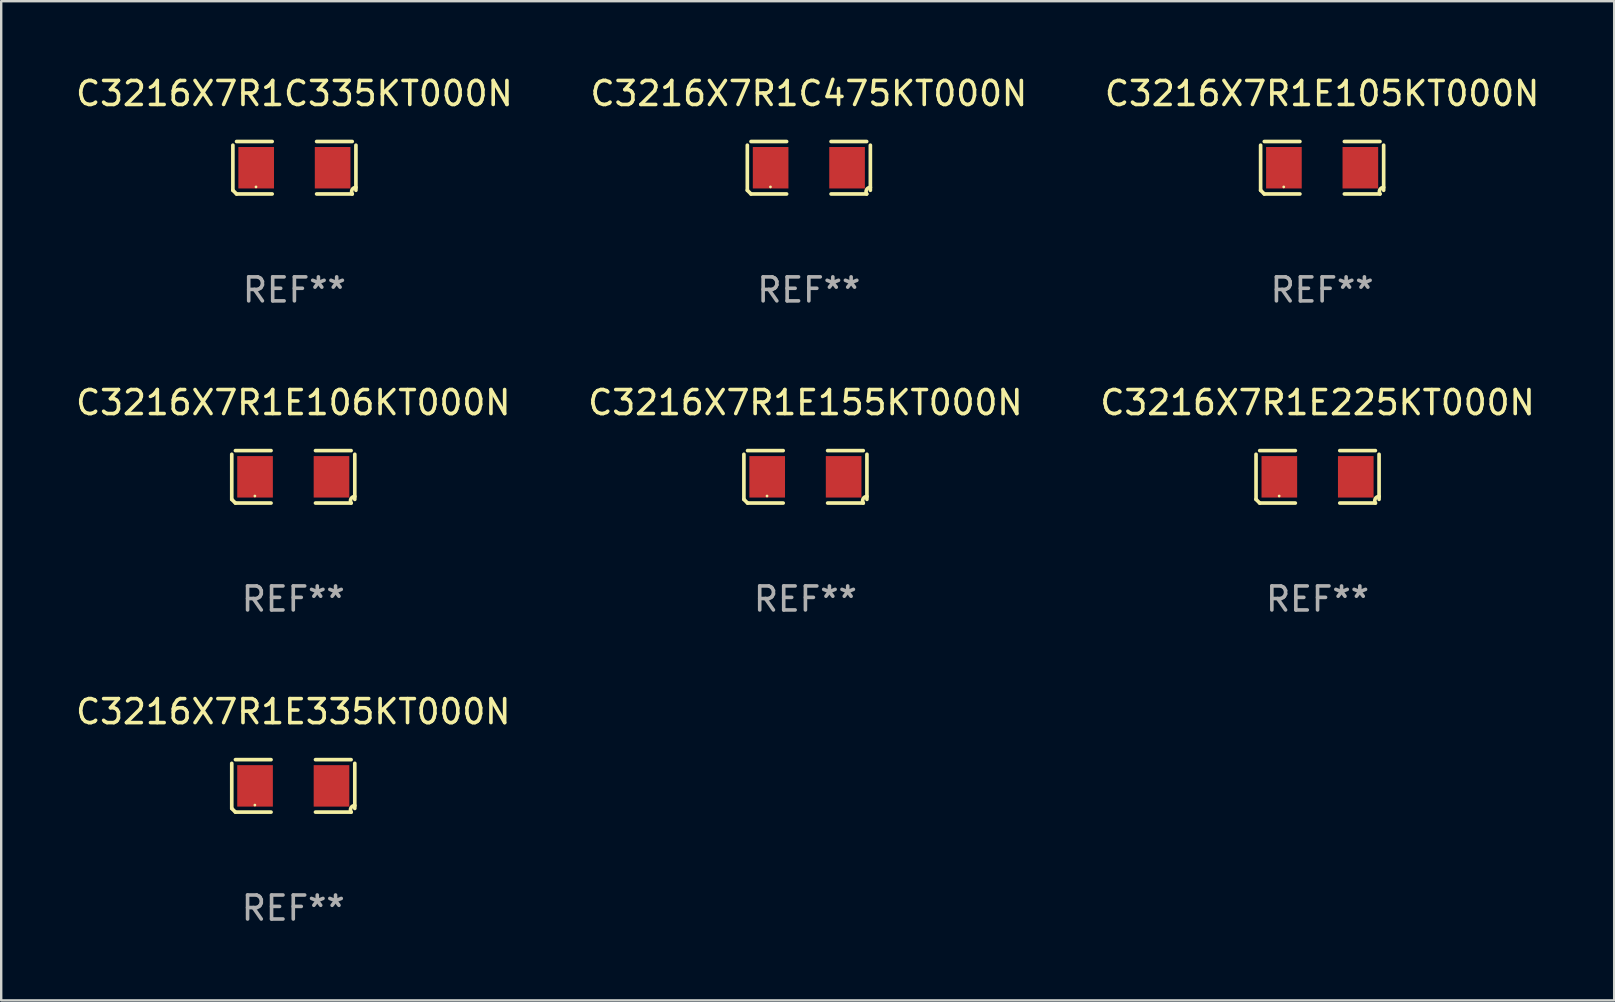
<source format=kicad_pcb>
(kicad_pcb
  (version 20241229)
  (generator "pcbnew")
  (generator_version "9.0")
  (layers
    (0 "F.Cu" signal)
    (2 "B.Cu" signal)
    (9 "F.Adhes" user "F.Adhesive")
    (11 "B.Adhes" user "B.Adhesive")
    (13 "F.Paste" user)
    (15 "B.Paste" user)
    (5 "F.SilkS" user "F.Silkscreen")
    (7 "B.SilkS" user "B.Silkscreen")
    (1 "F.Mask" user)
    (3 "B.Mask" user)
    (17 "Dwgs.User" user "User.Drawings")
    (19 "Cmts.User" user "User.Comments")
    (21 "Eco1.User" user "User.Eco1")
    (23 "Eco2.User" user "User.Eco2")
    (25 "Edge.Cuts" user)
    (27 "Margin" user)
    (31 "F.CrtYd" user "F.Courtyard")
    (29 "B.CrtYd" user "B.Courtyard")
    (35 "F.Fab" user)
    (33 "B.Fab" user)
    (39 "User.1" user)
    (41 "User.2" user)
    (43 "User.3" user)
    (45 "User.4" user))
  (footprint "C3216X7R1C475KT000N"
    (layer "F.Cu")
    (at 30.661 3.941)
    (property "Reference" "C3216X7R1C475KT000N" (at 0 -3.093 0) (layer "F.SilkS") (effects (font (size 1 1) (thickness 0.15))))
    (attr through_hole)
    (fp_line (start -2.564 0.94) (end -2.564 -0.94) (stroke (width 0.152) (type solid)) (layer "F.SilkS"))
    (fp_line (start -2.411 -1.093) (end -0.926 -1.093) (stroke (width 0.152) (type solid)) (layer "F.SilkS"))
    (fp_line (start -0.926 1.093) (end -2.411 1.093) (stroke (width 0.152) (type solid)) (layer "F.SilkS"))
    (fp_line (start 0.926 1.093) (end 2.411 1.093) (stroke (width 0.152) (type solid)) (layer "F.SilkS"))
    (fp_line (start 2.411 -1.093) (end 0.926 -1.093) (stroke (width 0.152) (type solid)) (layer "F.SilkS"))
    (fp_line (start 2.564 0.94) (end 2.564 -0.94) (stroke (width 0.152) (type solid)) (layer "F.SilkS"))
    (fp_arc (start -2.411201 1.092609) (mid -2.487413 1.01642) (end -2.563602 0.940208) (stroke (width 0.1524) (type solid)) (layer "F.SilkS"))
    (fp_arc (start 2.411201 1.092609) (mid 2.407159 0.911226) (end 2.563602 0.819347) (stroke (width 0.1524) (type solid)) (layer "F.SilkS"))
    (fp_circle (center -1.6 0.8) (end -1.57 0.8) (stroke (width 0.06) (type solid)) (fill no) (layer "F.SilkS"))
    (fp_text user "REF**" (at 0 5.093 0) (layer "F.Fab") (effects (font (size 1 1) (thickness 0.15))))
    (pad "1" smd rect (at -1.593 0) (size 1.485 1.728) (layers "F.Cu" "F.Mask" "F.Paste"))
    (pad "2" smd rect (at 1.593 0) (size 1.485 1.728) (layers "F.Cu" "F.Mask" "F.Paste")))
  (footprint "C3216X7R1C335KT000N"
    (layer "F.Cu")
    (at 9.22 3.941)
    (property "Reference" "C3216X7R1C335KT000N" (at 0 -3.093 0) (layer "F.SilkS") (effects (font (size 1 1) (thickness 0.15))))
    (attr through_hole)
    (fp_line (start -2.564 0.94) (end -2.564 -0.94) (stroke (width 0.152) (type solid)) (layer "F.SilkS"))
    (fp_line (start -2.411 -1.093) (end -0.926 -1.093) (stroke (width 0.152) (type solid)) (layer "F.SilkS"))
    (fp_line (start -0.926 1.093) (end -2.411 1.093) (stroke (width 0.152) (type solid)) (layer "F.SilkS"))
    (fp_line (start 0.926 1.093) (end 2.411 1.093) (stroke (width 0.152) (type solid)) (layer "F.SilkS"))
    (fp_line (start 2.411 -1.093) (end 0.926 -1.093) (stroke (width 0.152) (type solid)) (layer "F.SilkS"))
    (fp_line (start 2.564 0.94) (end 2.564 -0.94) (stroke (width 0.152) (type solid)) (layer "F.SilkS"))
    (fp_arc (start -2.411201 1.092609) (mid -2.487413 1.01642) (end -2.563602 0.940208) (stroke (width 0.1524) (type solid)) (layer "F.SilkS"))
    (fp_arc (start 2.411201 1.092609) (mid 2.407159 0.911226) (end 2.563602 0.819347) (stroke (width 0.1524) (type solid)) (layer "F.SilkS"))
    (fp_circle (center -1.6 0.8) (end -1.57 0.8) (stroke (width 0.06) (type solid)) (fill no) (layer "F.SilkS"))
    (fp_text user "REF**" (at 0 5.093 0) (layer "F.Fab") (effects (font (size 1 1) (thickness 0.15))))
    (pad "1" smd rect (at -1.593 0) (size 1.485 1.728) (layers "F.Cu" "F.Mask" "F.Paste"))
    (pad "2" smd rect (at 1.593 0) (size 1.485 1.728) (layers "F.Cu" "F.Mask" "F.Paste")))
  (footprint "C3216X7R1E225KT000N"
    (layer "F.Cu")
    (at 51.863 16.823)
    (property "Reference" "C3216X7R1E225KT000N" (at 0 -3.093 0) (layer "F.SilkS") (effects (font (size 1 1) (thickness 0.15))))
    (attr through_hole)
    (fp_line (start -2.564 0.94) (end -2.564 -0.94) (stroke (width 0.152) (type solid)) (layer "F.SilkS"))
    (fp_line (start -2.411 -1.093) (end -0.926 -1.093) (stroke (width 0.152) (type solid)) (layer "F.SilkS"))
    (fp_line (start -0.926 1.093) (end -2.411 1.093) (stroke (width 0.152) (type solid)) (layer "F.SilkS"))
    (fp_line (start 0.926 1.093) (end 2.411 1.093) (stroke (width 0.152) (type solid)) (layer "F.SilkS"))
    (fp_line (start 2.411 -1.093) (end 0.926 -1.093) (stroke (width 0.152) (type solid)) (layer "F.SilkS"))
    (fp_line (start 2.564 0.94) (end 2.564 -0.94) (stroke (width 0.152) (type solid)) (layer "F.SilkS"))
    (fp_arc (start -2.411201 1.092609) (mid -2.487413 1.01642) (end -2.563602 0.940208) (stroke (width 0.1524) (type solid)) (layer "F.SilkS"))
    (fp_arc (start 2.411201 1.092609) (mid 2.407159 0.911226) (end 2.563602 0.819347) (stroke (width 0.1524) (type solid)) (layer "F.SilkS"))
    (fp_circle (center -1.6 0.8) (end -1.57 0.8) (stroke (width 0.06) (type solid)) (fill no) (layer "F.SilkS"))
    (fp_text user "REF**" (at 0 5.093 0) (layer "F.Fab") (effects (font (size 1 1) (thickness 0.15))))
    (pad "1" smd rect (at -1.593 0) (size 1.485 1.728) (layers "F.Cu" "F.Mask" "F.Paste"))
    (pad "2" smd rect (at 1.593 0) (size 1.485 1.728) (layers "F.Cu" "F.Mask" "F.Paste")))
  (footprint "C3216X7R1E106KT000N"
    (layer "F.Cu")
    (at 9.173 16.823)
    (property "Reference" "C3216X7R1E106KT000N" (at 0 -3.093 0) (layer "F.SilkS") (effects (font (size 1 1) (thickness 0.15))))
    (attr through_hole)
    (fp_line (start -2.564 0.94) (end -2.564 -0.94) (stroke (width 0.152) (type solid)) (layer "F.SilkS"))
    (fp_line (start -2.411 -1.093) (end -0.926 -1.093) (stroke (width 0.152) (type solid)) (layer "F.SilkS"))
    (fp_line (start -0.926 1.093) (end -2.411 1.093) (stroke (width 0.152) (type solid)) (layer "F.SilkS"))
    (fp_line (start 0.926 1.093) (end 2.411 1.093) (stroke (width 0.152) (type solid)) (layer "F.SilkS"))
    (fp_line (start 2.411 -1.093) (end 0.926 -1.093) (stroke (width 0.152) (type solid)) (layer "F.SilkS"))
    (fp_line (start 2.564 0.94) (end 2.564 -0.94) (stroke (width 0.152) (type solid)) (layer "F.SilkS"))
    (fp_arc (start -2.411201 1.092609) (mid -2.487413 1.01642) (end -2.563602 0.940208) (stroke (width 0.1524) (type solid)) (layer "F.SilkS"))
    (fp_arc (start 2.411201 1.092609) (mid 2.407159 0.911226) (end 2.563602 0.819347) (stroke (width 0.1524) (type solid)) (layer "F.SilkS"))
    (fp_circle (center -1.6 0.8) (end -1.57 0.8) (stroke (width 0.06) (type solid)) (fill no) (layer "F.SilkS"))
    (fp_text user "REF**" (at 0 5.093 0) (layer "F.Fab") (effects (font (size 1 1) (thickness 0.15))))
    (pad "1" smd rect (at -1.593 0) (size 1.485 1.728) (layers "F.Cu" "F.Mask" "F.Paste"))
    (pad "2" smd rect (at 1.593 0) (size 1.485 1.728) (layers "F.Cu" "F.Mask" "F.Paste")))
  (footprint "C3216X7R1E105KT000N"
    (layer "F.Cu")
    (at 52.054 3.941)
    (property "Reference" "C3216X7R1E105KT000N" (at 0 -3.093 0) (layer "F.SilkS") (effects (font (size 1 1) (thickness 0.15))))
    (attr through_hole)
    (fp_line (start -2.564 0.94) (end -2.564 -0.94) (stroke (width 0.152) (type solid)) (layer "F.SilkS"))
    (fp_line (start -2.411 -1.093) (end -0.926 -1.093) (stroke (width 0.152) (type solid)) (layer "F.SilkS"))
    (fp_line (start -0.926 1.093) (end -2.411 1.093) (stroke (width 0.152) (type solid)) (layer "F.SilkS"))
    (fp_line (start 0.926 1.093) (end 2.411 1.093) (stroke (width 0.152) (type solid)) (layer "F.SilkS"))
    (fp_line (start 2.411 -1.093) (end 0.926 -1.093) (stroke (width 0.152) (type solid)) (layer "F.SilkS"))
    (fp_line (start 2.564 0.94) (end 2.564 -0.94) (stroke (width 0.152) (type solid)) (layer "F.SilkS"))
    (fp_arc (start -2.411201 1.092609) (mid -2.487413 1.01642) (end -2.563602 0.940208) (stroke (width 0.1524) (type solid)) (layer "F.SilkS"))
    (fp_arc (start 2.411201 1.092609) (mid 2.407159 0.911226) (end 2.563602 0.819347) (stroke (width 0.1524) (type solid)) (layer "F.SilkS"))
    (fp_circle (center -1.6 0.8) (end -1.57 0.8) (stroke (width 0.06) (type solid)) (fill no) (layer "F.SilkS"))
    (fp_text user "REF**" (at 0 5.093 0) (layer "F.Fab") (effects (font (size 1 1) (thickness 0.15))))
    (pad "1" smd rect (at -1.593 0) (size 1.485 1.728) (layers "F.Cu" "F.Mask" "F.Paste"))
    (pad "2" smd rect (at 1.593 0) (size 1.485 1.728) (layers "F.Cu" "F.Mask" "F.Paste")))
  (footprint "C3216X7R1E335KT000N"
    (layer "F.Cu")
    (at 9.173 29.704)
    (property "Reference" "C3216X7R1E335KT000N" (at 0 -3.093 0) (layer "F.SilkS") (effects (font (size 1 1) (thickness 0.15))))
    (attr through_hole)
    (fp_line (start -2.564 0.94) (end -2.564 -0.94) (stroke (width 0.152) (type solid)) (layer "F.SilkS"))
    (fp_line (start -2.411 -1.093) (end -0.926 -1.093) (stroke (width 0.152) (type solid)) (layer "F.SilkS"))
    (fp_line (start -0.926 1.093) (end -2.411 1.093) (stroke (width 0.152) (type solid)) (layer "F.SilkS"))
    (fp_line (start 0.926 1.093) (end 2.411 1.093) (stroke (width 0.152) (type solid)) (layer "F.SilkS"))
    (fp_line (start 2.411 -1.093) (end 0.926 -1.093) (stroke (width 0.152) (type solid)) (layer "F.SilkS"))
    (fp_line (start 2.564 0.94) (end 2.564 -0.94) (stroke (width 0.152) (type solid)) (layer "F.SilkS"))
    (fp_arc (start -2.411201 1.092609) (mid -2.487413 1.01642) (end -2.563602 0.940208) (stroke (width 0.1524) (type solid)) (layer "F.SilkS"))
    (fp_arc (start 2.411201 1.092609) (mid 2.407159 0.911226) (end 2.563602 0.819347) (stroke (width 0.1524) (type solid)) (layer "F.SilkS"))
    (fp_circle (center -1.6 0.8) (end -1.57 0.8) (stroke (width 0.06) (type solid)) (fill no) (layer "F.SilkS"))
    (fp_text user "REF**" (at 0 5.093 0) (layer "F.Fab") (effects (font (size 1 1) (thickness 0.15))))
    (pad "1" smd rect (at -1.593 0) (size 1.485 1.728) (layers "F.Cu" "F.Mask" "F.Paste"))
    (pad "2" smd rect (at 1.593 0) (size 1.485 1.728) (layers "F.Cu" "F.Mask" "F.Paste")))
  (footprint "C3216X7R1E155KT000N"
    (layer "F.Cu")
    (at 30.518 16.823)
    (property "Reference" "C3216X7R1E155KT000N" (at 0 -3.093 0) (layer "F.SilkS") (effects (font (size 1 1) (thickness 0.15))))
    (attr through_hole)
    (fp_line (start -2.564 0.94) (end -2.564 -0.94) (stroke (width 0.152) (type solid)) (layer "F.SilkS"))
    (fp_line (start -2.411 -1.093) (end -0.926 -1.093) (stroke (width 0.152) (type solid)) (layer "F.SilkS"))
    (fp_line (start -0.926 1.093) (end -2.411 1.093) (stroke (width 0.152) (type solid)) (layer "F.SilkS"))
    (fp_line (start 0.926 1.093) (end 2.411 1.093) (stroke (width 0.152) (type solid)) (layer "F.SilkS"))
    (fp_line (start 2.411 -1.093) (end 0.926 -1.093) (stroke (width 0.152) (type solid)) (layer "F.SilkS"))
    (fp_line (start 2.564 0.94) (end 2.564 -0.94) (stroke (width 0.152) (type solid)) (layer "F.SilkS"))
    (fp_arc (start -2.411201 1.092609) (mid -2.487413 1.01642) (end -2.563602 0.940208) (stroke (width 0.1524) (type solid)) (layer "F.SilkS"))
    (fp_arc (start 2.411201 1.092609) (mid 2.407159 0.911226) (end 2.563602 0.819347) (stroke (width 0.1524) (type solid)) (layer "F.SilkS"))
    (fp_circle (center -1.6 0.8) (end -1.57 0.8) (stroke (width 0.06) (type solid)) (fill no) (layer "F.SilkS"))
    (fp_text user "REF**" (at 0 5.093 0) (layer "F.Fab") (effects (font (size 1 1) (thickness 0.15))))
    (pad "1" smd rect (at -1.593 0) (size 1.485 1.728) (layers "F.Cu" "F.Mask" "F.Paste"))
    (pad "2" smd rect (at 1.593 0) (size 1.485 1.728) (layers "F.Cu" "F.Mask" "F.Paste")))
  (gr_rect
    (start -3 -3)
    (end 64.226 38.645)
    (stroke (width 0.1) (type default))
    (fill no)
    (layer "Edge.Cuts")))
</source>
